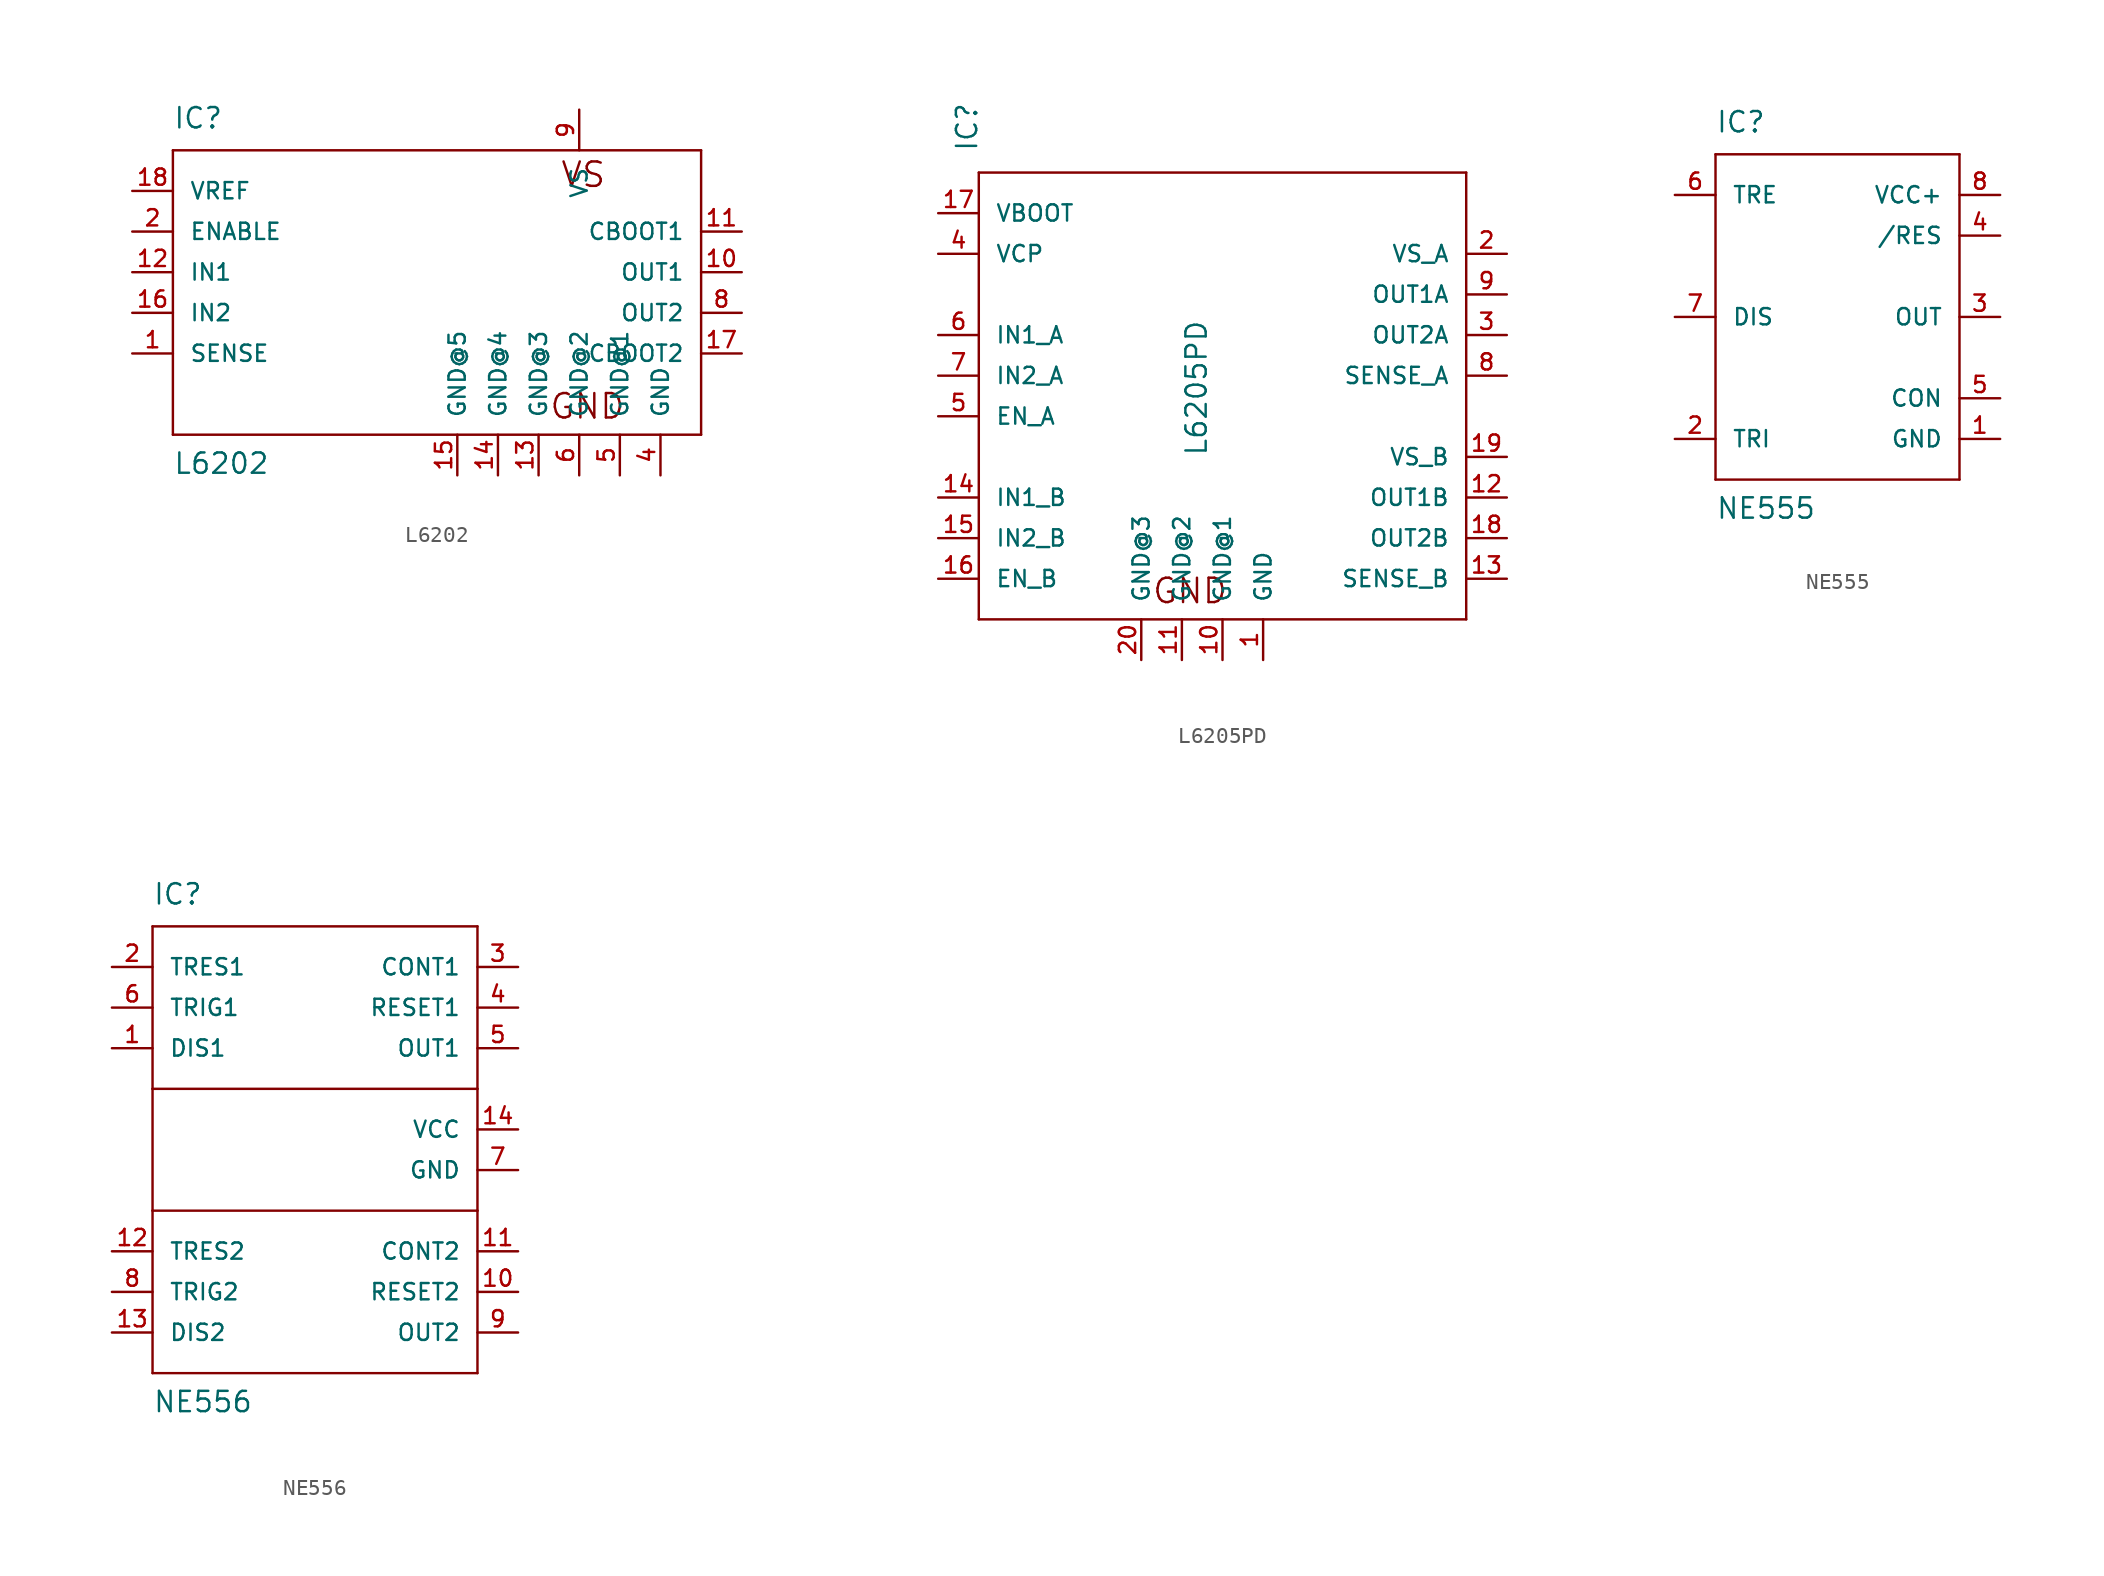
<source format=kicad_sym>
(kicad_symbol_lib
  (version 20211014)
  (generator kicad_symbol_editor)
  (symbol "L6202"
    (pin_names
      (offset 1.016))
    (property "Reference" "IC"
      (at -15.24 8.89 0)
      (effects (font (size 1.27 1.27)) (justify left bottom)))
    (property "Value" "L6202"
      (at -15.24 -12.7 0)
      (effects (font (size 1.27 1.27)) (justify left bottom)))
    (property "ki_locked" ""
      (at 0 0 0)
      (effects (font (size 1.27 1.27))))
    (symbol "L6202_1_0"
      (polyline (pts (xy -15.24 -10.16) (xy -15.24 7.62)) (stroke (width 0) (type default) (color 0 0 0 0)) (fill (type none)))
      (polyline (pts (xy -15.24 7.62) (xy 17.78 7.62)) (stroke (width 0) (type default) (color 0 0 0 0)) (fill (type none)))
      (polyline (pts (xy 17.78 -10.16) (xy -15.24 -10.16)) (stroke (width 0) (type default) (color 0 0 0 0)) (fill (type none)))
      (polyline (pts (xy 17.78 7.62) (xy 17.78 -10.16)) (stroke (width 0) (type default) (color 0 0 0 0)) (fill (type none)))
      (text "GND" (at 10.668 -8.382 0) (effects (font (size 1.524 1.524))))
      (text "VS" (at 10.414 6.096 0) (effects (font (size 1.524 1.524)))))
    (symbol "L6202_1_1"
      (pin input line (at -17.78 -5.08 0) (length 2.54) (name "SENSE" (effects (font (size 1.016 1.016)))) (number "1" (effects (font (size 1.016 1.016)))))
      (pin output line (at 20.32 0 180) (length 2.54) (name "OUT1" (effects (font (size 1.016 1.016)))) (number "10" (effects (font (size 1.016 1.016)))))
      (pin input line (at 20.32 2.54 180) (length 2.54) (name "CBOOT1" (effects (font (size 1.016 1.016)))) (number "11" (effects (font (size 1.016 1.016)))))
      (pin input line (at -17.78 0 0) (length 2.54) (name "IN1" (effects (font (size 1.016 1.016)))) (number "12" (effects (font (size 1.016 1.016)))))
      (pin power_in line (at 7.62 -12.7 90) (length 2.54) (name "GND@3" (effects (font (size 1.016 1.016)))) (number "13" (effects (font (size 1.016 1.016)))))
      (pin power_in line (at 5.08 -12.7 90) (length 2.54) (name "GND@4" (effects (font (size 1.016 1.016)))) (number "14" (effects (font (size 1.016 1.016)))))
      (pin power_in line (at 2.54 -12.7 90) (length 2.54) (name "GND@5" (effects (font (size 1.016 1.016)))) (number "15" (effects (font (size 1.016 1.016)))))
      (pin input line (at -17.78 -2.54 0) (length 2.54) (name "IN2" (effects (font (size 1.016 1.016)))) (number "16" (effects (font (size 1.016 1.016)))))
      (pin input line (at 20.32 -5.08 180) (length 2.54) (name "CBOOT2" (effects (font (size 1.016 1.016)))) (number "17" (effects (font (size 1.016 1.016)))))
      (pin input line (at -17.78 5.08 0) (length 2.54) (name "VREF" (effects (font (size 1.016 1.016)))) (number "18" (effects (font (size 1.016 1.016)))))
      (pin input line (at -17.78 2.54 0) (length 2.54) (name "ENABLE" (effects (font (size 1.016 1.016)))) (number "2" (effects (font (size 1.016 1.016)))))
      (pin power_in line (at 15.24 -12.7 90) (length 2.54) (name "GND" (effects (font (size 1.016 1.016)))) (number "4" (effects (font (size 1.016 1.016)))))
      (pin power_in line (at 12.7 -12.7 90) (length 2.54) (name "GND@1" (effects (font (size 1.016 1.016)))) (number "5" (effects (font (size 1.016 1.016)))))
      (pin power_in line (at 10.16 -12.7 90) (length 2.54) (name "GND@2" (effects (font (size 1.016 1.016)))) (number "6" (effects (font (size 1.016 1.016)))))
      (pin output line (at 20.32 -2.54 180) (length 2.54) (name "OUT2" (effects (font (size 1.016 1.016)))) (number "8" (effects (font (size 1.016 1.016)))))
      (pin power_in line (at 10.16 10.16 270) (length 2.54) (name "VS" (effects (font (size 1.016 1.016)))) (number "9" (effects (font (size 1.016 1.016)))))))
  (symbol "L6205PD"
    (pin_names
      (offset 1.016))
    (property "Reference" "IC"
      (at -15.24 13.97 90)
      (effects (font (size 1.27 1.27)) (justify left bottom)))
    (property "Value" "L6205PD"
      (at -0.889 -5.08 90)
      (effects (font (size 1.27 1.27)) (justify left bottom)))
    (property "ki_locked" ""
      (at 0 0 0)
      (effects (font (size 1.27 1.27))))
    (symbol "L6205PD_1_0"
      (polyline (pts (xy -15.24 -15.24) (xy -15.24 12.7)) (stroke (width 0) (type default) (color 0 0 0 0)) (fill (type none)))
      (polyline (pts (xy -15.24 12.7) (xy 15.24 12.7)) (stroke (width 0) (type default) (color 0 0 0 0)) (fill (type none)))
      (polyline (pts (xy 15.24 -15.24) (xy -15.24 -15.24)) (stroke (width 0) (type default) (color 0 0 0 0)) (fill (type none)))
      (polyline (pts (xy 15.24 12.7) (xy 15.24 -15.24)) (stroke (width 0) (type default) (color 0 0 0 0)) (fill (type none)))
      (text "GND" (at -2.032 -13.462 0) (effects (font (size 1.524 1.524)))))
    (symbol "L6205PD_1_1"
      (pin power_in line (at 2.54 -17.78 90) (length 2.54) (name "GND" (effects (font (size 1.016 1.016)))) (number "1" (effects (font (size 1.016 1.016)))))
      (pin power_in line (at 0 -17.78 90) (length 2.54) (name "GND@1" (effects (font (size 1.016 1.016)))) (number "10" (effects (font (size 1.016 1.016)))))
      (pin power_in line (at -2.54 -17.78 90) (length 2.54) (name "GND@2" (effects (font (size 1.016 1.016)))) (number "11" (effects (font (size 1.016 1.016)))))
      (pin output line (at 17.78 -7.62 180) (length 2.54) (name "OUT1B" (effects (font (size 1.016 1.016)))) (number "12" (effects (font (size 1.016 1.016)))))
      (pin input line (at 17.78 -12.7 180) (length 2.54) (name "SENSE_B" (effects (font (size 1.016 1.016)))) (number "13" (effects (font (size 1.016 1.016)))))
      (pin input line (at -17.78 -7.62 0) (length 2.54) (name "IN1_B" (effects (font (size 1.016 1.016)))) (number "14" (effects (font (size 1.016 1.016)))))
      (pin input line (at -17.78 -10.16 0) (length 2.54) (name "IN2_B" (effects (font (size 1.016 1.016)))) (number "15" (effects (font (size 1.016 1.016)))))
      (pin input line (at -17.78 -12.7 0) (length 2.54) (name "EN_B" (effects (font (size 1.016 1.016)))) (number "16" (effects (font (size 1.016 1.016)))))
      (pin power_in line (at -17.78 10.16 0) (length 2.54) (name "VBOOT" (effects (font (size 1.016 1.016)))) (number "17" (effects (font (size 1.016 1.016)))))
      (pin output line (at 17.78 -10.16 180) (length 2.54) (name "OUT2B" (effects (font (size 1.016 1.016)))) (number "18" (effects (font (size 1.016 1.016)))))
      (pin power_in line (at 17.78 -5.08 180) (length 2.54) (name "VS_B" (effects (font (size 1.016 1.016)))) (number "19" (effects (font (size 1.016 1.016)))))
      (pin power_in line (at 17.78 7.62 180) (length 2.54) (name "VS_A" (effects (font (size 1.016 1.016)))) (number "2" (effects (font (size 1.016 1.016)))))
      (pin power_in line (at -5.08 -17.78 90) (length 2.54) (name "GND@3" (effects (font (size 1.016 1.016)))) (number "20" (effects (font (size 1.016 1.016)))))
      (pin output line (at 17.78 2.54 180) (length 2.54) (name "OUT2A" (effects (font (size 1.016 1.016)))) (number "3" (effects (font (size 1.016 1.016)))))
      (pin power_in line (at -17.78 7.62 0) (length 2.54) (name "VCP" (effects (font (size 1.016 1.016)))) (number "4" (effects (font (size 1.016 1.016)))))
      (pin input line (at -17.78 -2.54 0) (length 2.54) (name "EN_A" (effects (font (size 1.016 1.016)))) (number "5" (effects (font (size 1.016 1.016)))))
      (pin input line (at -17.78 2.54 0) (length 2.54) (name "IN1_A" (effects (font (size 1.016 1.016)))) (number "6" (effects (font (size 1.016 1.016)))))
      (pin input line (at -17.78 0 0) (length 2.54) (name "IN2_A" (effects (font (size 1.016 1.016)))) (number "7" (effects (font (size 1.016 1.016)))))
      (pin input line (at 17.78 0 180) (length 2.54) (name "SENSE_A" (effects (font (size 1.016 1.016)))) (number "8" (effects (font (size 1.016 1.016)))))
      (pin output line (at 17.78 5.08 180) (length 2.54) (name "OUT1A" (effects (font (size 1.016 1.016)))) (number "9" (effects (font (size 1.016 1.016)))))))
  (symbol "NE555"
    (pin_names
      (offset 1.016))
    (property "Reference" "IC"
      (at -7.62 11.43 0)
      (effects (font (size 1.27 1.27)) (justify left bottom)))
    (property "Value" "NE555"
      (at -7.62 -12.7 0)
      (effects (font (size 1.27 1.27)) (justify left bottom)))
    (property "ki_locked" ""
      (at 0 0 0)
      (effects (font (size 1.27 1.27))))
    (symbol "NE555_1_0"
      (polyline (pts (xy -7.62 -10.16) (xy 7.62 -10.16)) (stroke (width 0) (type default) (color 0 0 0 0)) (fill (type none)))
      (polyline (pts (xy -7.62 10.16) (xy -7.62 -10.16)) (stroke (width 0) (type default) (color 0 0 0 0)) (fill (type none)))
      (polyline (pts (xy 7.62 -10.16) (xy 7.62 10.16)) (stroke (width 0) (type default) (color 0 0 0 0)) (fill (type none)))
      (polyline (pts (xy 7.62 10.16) (xy -7.62 10.16)) (stroke (width 0) (type default) (color 0 0 0 0)) (fill (type none))))
    (symbol "NE555_1_1"
      (pin power_in line (at 10.16 -7.62 180) (length 2.54) (name "GND" (effects (font (size 1.016 1.016)))) (number "1" (effects (font (size 1.016 1.016)))))
      (pin input line (at -10.16 -7.62 0) (length 2.54) (name "TRI" (effects (font (size 1.016 1.016)))) (number "2" (effects (font (size 1.016 1.016)))))
      (pin output line (at 10.16 0 180) (length 2.54) (name "OUT" (effects (font (size 1.016 1.016)))) (number "3" (effects (font (size 1.016 1.016)))))
      (pin input line (at 10.16 5.08 180) (length 2.54) (name "/RES" (effects (font (size 1.016 1.016)))) (number "4" (effects (font (size 1.016 1.016)))))
      (pin input line (at 10.16 -5.08 180) (length 2.54) (name "CON" (effects (font (size 1.016 1.016)))) (number "5" (effects (font (size 1.016 1.016)))))
      (pin input line (at -10.16 7.62 0) (length 2.54) (name "TRE" (effects (font (size 1.016 1.016)))) (number "6" (effects (font (size 1.016 1.016)))))
      (pin input line (at -10.16 0 0) (length 2.54) (name "DIS" (effects (font (size 1.016 1.016)))) (number "7" (effects (font (size 1.016 1.016)))))
      (pin power_in line (at 10.16 7.62 180) (length 2.54) (name "VCC+" (effects (font (size 1.016 1.016)))) (number "8" (effects (font (size 1.016 1.016)))))))
  (symbol "NE556"
    (pin_names
      (offset 1.016))
    (property "Reference" "IC"
      (at -10.16 8.89 0)
      (effects (font (size 1.27 1.27)) (justify left bottom)))
    (property "Value" "NE556"
      (at -10.16 -22.86 0)
      (effects (font (size 1.27 1.27)) (justify left bottom)))
    (property "ki_locked" ""
      (at 0 0 0)
      (effects (font (size 1.27 1.27))))
    (symbol "NE556_1_0"
      (polyline (pts (xy -10.16 -20.32) (xy 10.16 -20.32)) (stroke (width 0) (type default) (color 0 0 0 0)) (fill (type none)))
      (polyline (pts (xy -10.16 -10.16) (xy -10.16 -20.32)) (stroke (width 0) (type default) (color 0 0 0 0)) (fill (type none)))
      (polyline (pts (xy -10.16 -2.54) (xy -10.16 -10.16)) (stroke (width 0) (type default) (color 0 0 0 0)) (fill (type none)))
      (polyline (pts (xy -10.16 -2.54) (xy 10.16 -2.54)) (stroke (width 0) (type default) (color 0 0 0 0)) (fill (type none)))
      (polyline (pts (xy -10.16 7.62) (xy -10.16 -2.54)) (stroke (width 0) (type default) (color 0 0 0 0)) (fill (type none)))
      (polyline (pts (xy -10.16 7.62) (xy 10.16 7.62)) (stroke (width 0) (type default) (color 0 0 0 0)) (fill (type none)))
      (polyline (pts (xy 10.16 -20.32) (xy 10.16 -10.16)) (stroke (width 0) (type default) (color 0 0 0 0)) (fill (type none)))
      (polyline (pts (xy 10.16 -10.16) (xy -10.16 -10.16)) (stroke (width 0) (type default) (color 0 0 0 0)) (fill (type none)))
      (polyline (pts (xy 10.16 -2.54) (xy 10.16 -10.16)) (stroke (width 0) (type default) (color 0 0 0 0)) (fill (type none)))
      (polyline (pts (xy 10.16 7.62) (xy 10.16 -2.54)) (stroke (width 0) (type default) (color 0 0 0 0)) (fill (type none))))
    (symbol "NE556_1_1"
      (pin input line (at -12.7 0 0) (length 2.54) (name "DIS1" (effects (font (size 1.016 1.016)))) (number "1" (effects (font (size 1.016 1.016)))))
      (pin input line (at 12.7 -15.24 180) (length 2.54) (name "RESET2" (effects (font (size 1.016 1.016)))) (number "10" (effects (font (size 1.016 1.016)))))
      (pin input line (at 12.7 -12.7 180) (length 2.54) (name "CONT2" (effects (font (size 1.016 1.016)))) (number "11" (effects (font (size 1.016 1.016)))))
      (pin input line (at -12.7 -12.7 0) (length 2.54) (name "TRES2" (effects (font (size 1.016 1.016)))) (number "12" (effects (font (size 1.016 1.016)))))
      (pin input line (at -12.7 -17.78 0) (length 2.54) (name "DIS2" (effects (font (size 1.016 1.016)))) (number "13" (effects (font (size 1.016 1.016)))))
      (pin power_in line (at 12.7 -5.08 180) (length 2.54) (name "VCC" (effects (font (size 1.016 1.016)))) (number "14" (effects (font (size 1.016 1.016)))))
      (pin input line (at -12.7 5.08 0) (length 2.54) (name "TRES1" (effects (font (size 1.016 1.016)))) (number "2" (effects (font (size 1.016 1.016)))))
      (pin input line (at 12.7 5.08 180) (length 2.54) (name "CONT1" (effects (font (size 1.016 1.016)))) (number "3" (effects (font (size 1.016 1.016)))))
      (pin input line (at 12.7 2.54 180) (length 2.54) (name "RESET1" (effects (font (size 1.016 1.016)))) (number "4" (effects (font (size 1.016 1.016)))))
      (pin output line (at 12.7 0 180) (length 2.54) (name "OUT1" (effects (font (size 1.016 1.016)))) (number "5" (effects (font (size 1.016 1.016)))))
      (pin input line (at -12.7 2.54 0) (length 2.54) (name "TRIG1" (effects (font (size 1.016 1.016)))) (number "6" (effects (font (size 1.016 1.016)))))
      (pin power_in line (at 12.7 -7.62 180) (length 2.54) (name "GND" (effects (font (size 1.016 1.016)))) (number "7" (effects (font (size 1.016 1.016)))))
      (pin input line (at -12.7 -15.24 0) (length 2.54) (name "TRIG2" (effects (font (size 1.016 1.016)))) (number "8" (effects (font (size 1.016 1.016)))))
      (pin output line (at 12.7 -17.78 180) (length 2.54) (name "OUT2" (effects (font (size 1.016 1.016)))) (number "9" (effects (font (size 1.016 1.016))))))))
</source>
